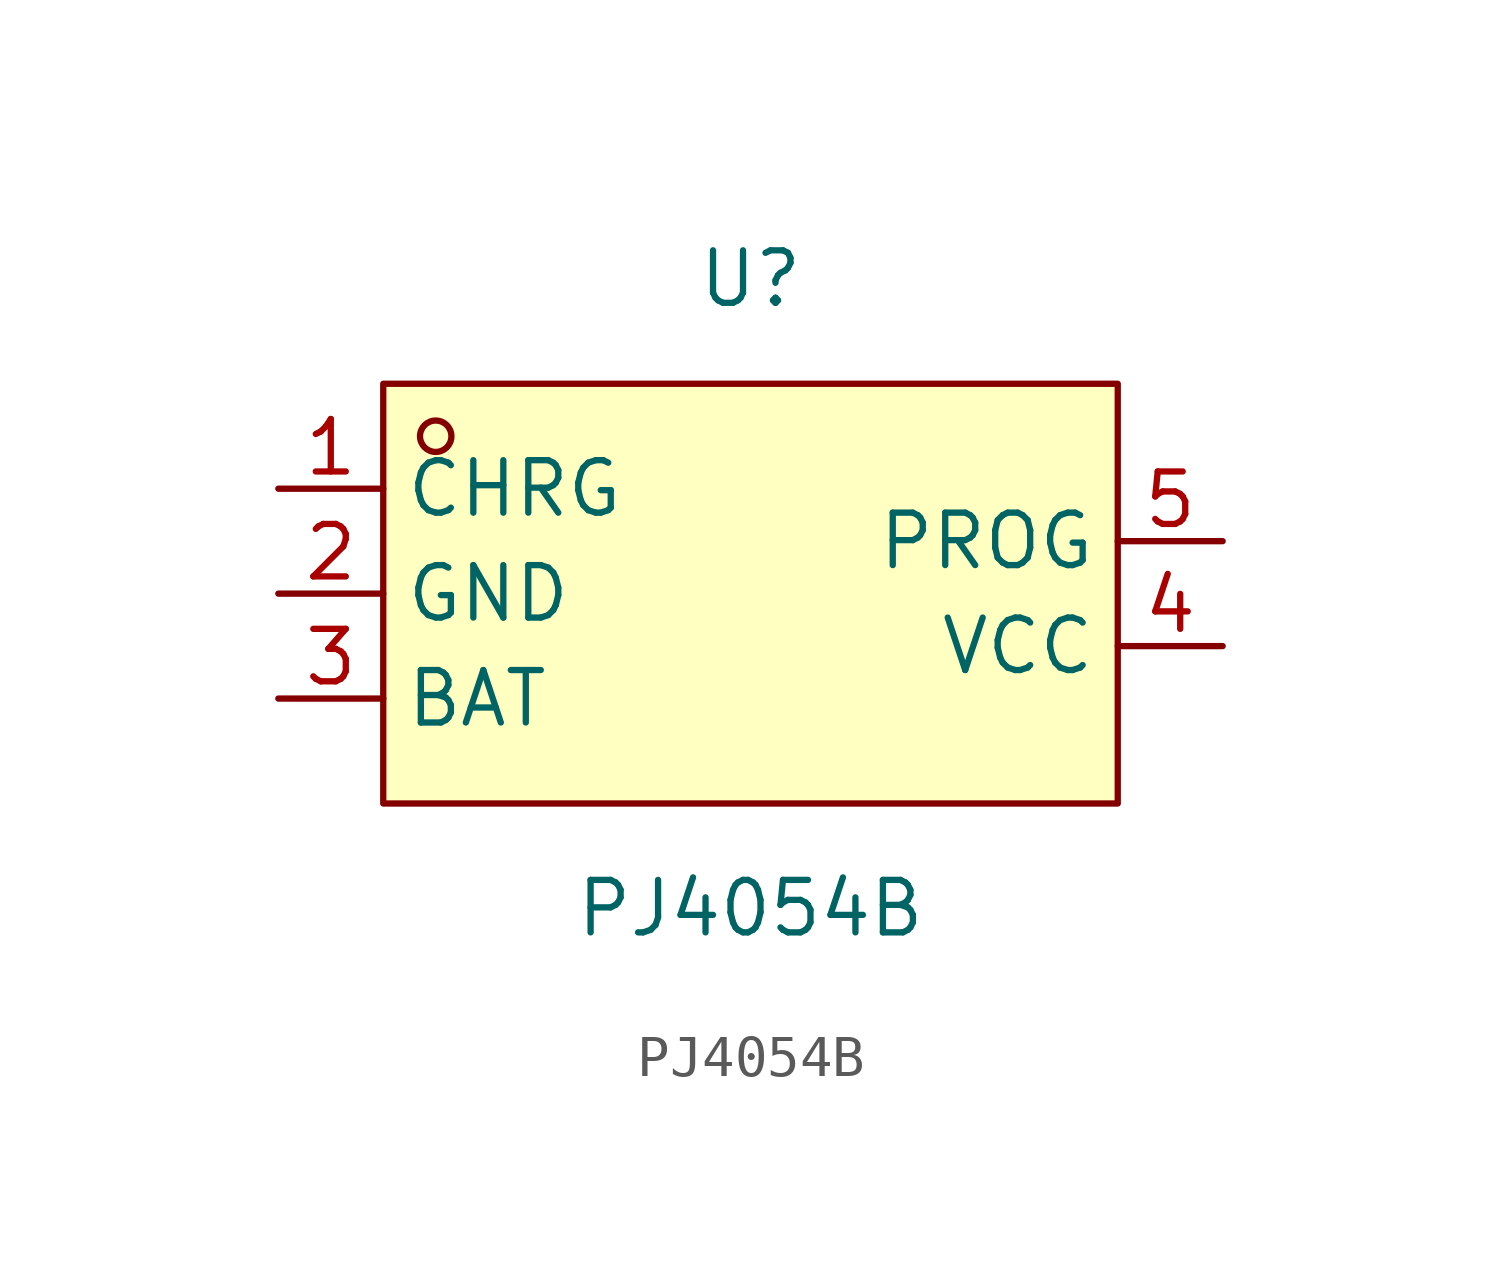
<source format=kicad_sym>
(kicad_symbol_lib
  (version 20231120)
  (generator "kicad_symbol_editor")
  (generator_version "8.0")
  (symbol "PJ4054B"
    (property "Reference" "U"
      (at 0 7.62 0)
      (effects (font (size 1.27 1.27))))
    (property "Value" "PJ4054B"
      (at 0 -7.62 0)
      (effects (font (size 1.27 1.27))))
    (symbol "PJ4054B_0_1"
      (rectangle (start -8.89 5.08) (end 8.89 -5.08) (stroke (width 0) (type default)) (fill (type background)))
      (circle (center -7.62 3.81) (radius 0.38) (stroke (width 0) (type default)) (fill (type none)))
      (pin unspecified line (at -11.43 2.54 0) (length 2.54) (name "CHRG" (effects (font (size 1.27 1.27)))) (number "1" (effects (font (size 1.27 1.27)))))
      (pin unspecified line (at -11.43 0 0) (length 2.54) (name "GND" (effects (font (size 1.27 1.27)))) (number "2" (effects (font (size 1.27 1.27)))))
      (pin unspecified line (at -11.43 -2.54 0) (length 2.54) (name "BAT" (effects (font (size 1.27 1.27)))) (number "3" (effects (font (size 1.27 1.27)))))
      (pin unspecified line (at 11.43 -1.27 180) (length 2.54) (name "VCC" (effects (font (size 1.27 1.27)))) (number "4" (effects (font (size 1.27 1.27)))))
      (pin unspecified line (at 11.43 1.27 180) (length 2.54) (name "PROG" (effects (font (size 1.27 1.27)))) (number "5" (effects (font (size 1.27 1.27))))))))
</source>
